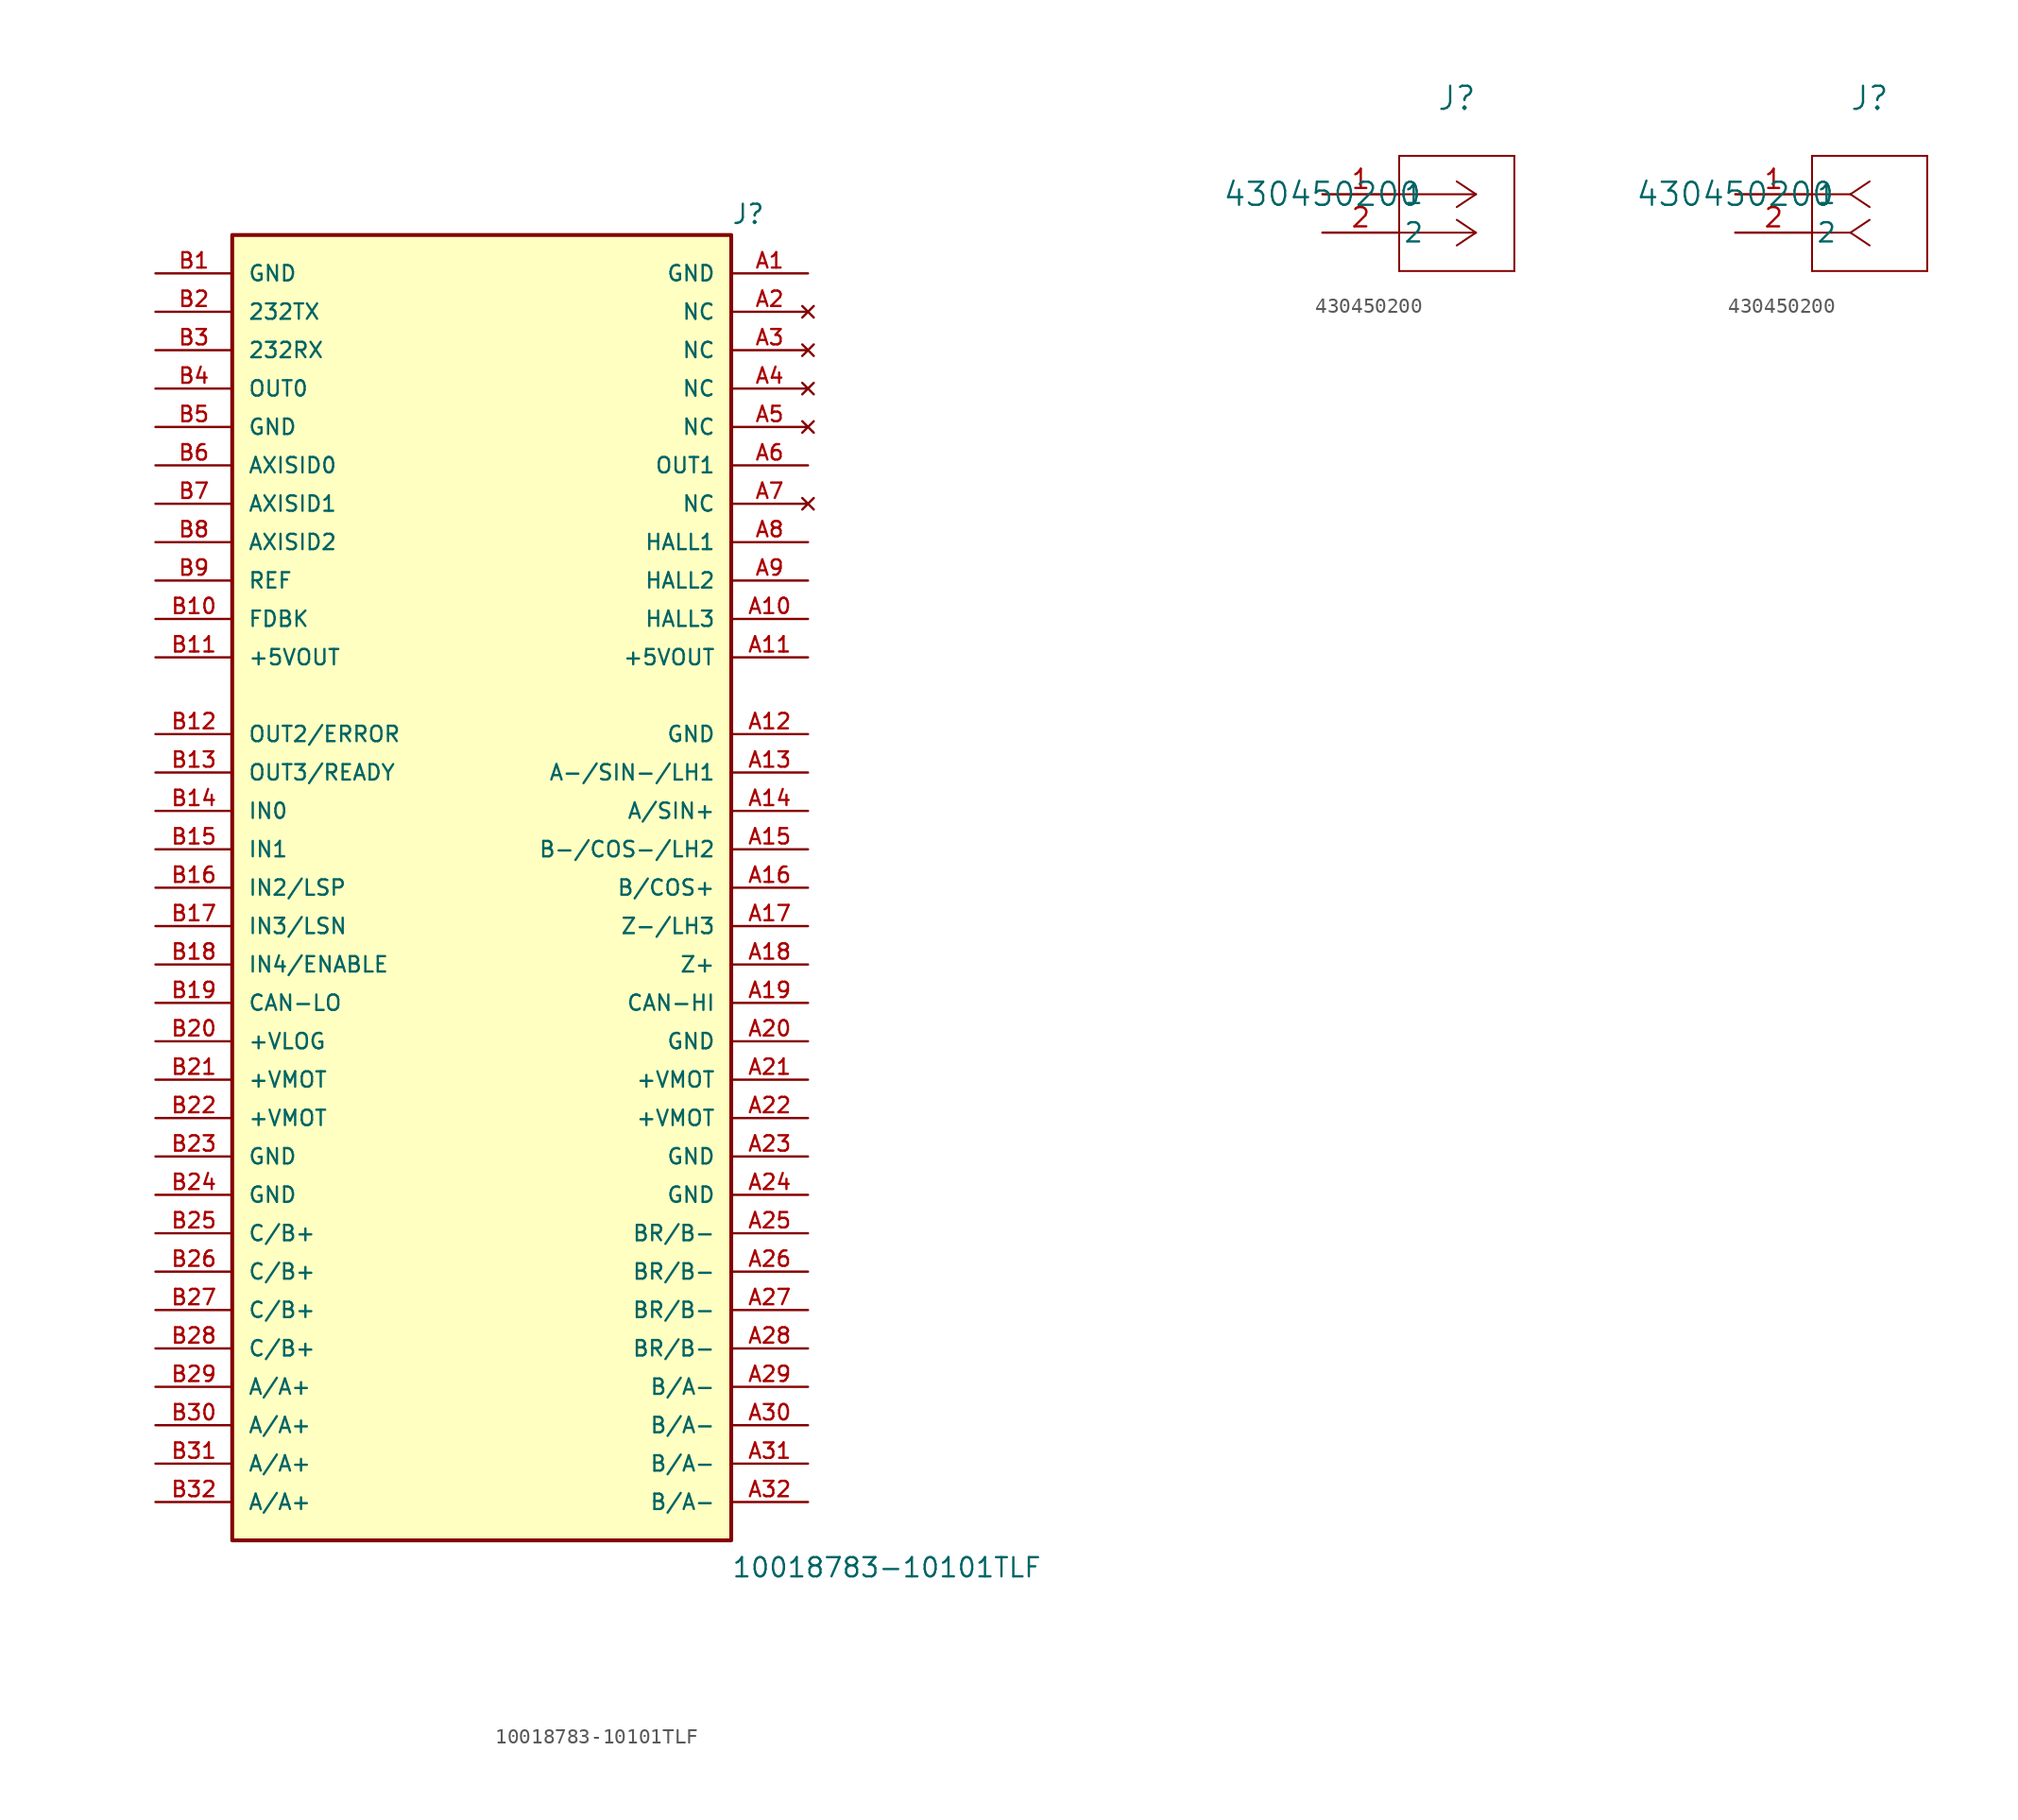
<source format=kicad_sym>
(kicad_symbol_lib
  (version 20231120)
  (generator "kicad_symbol_editor")
  (generator_version "8.0")
  (symbol "10018783-10101TLF"
    (pin_names
      (offset 1.016))
    (property "Reference" "J"
      (at 16.51 48.895 0)
      (effects (font (size 1.27 1.27)) (justify left bottom)))
    (property "Value" "10018783-10101TLF"
      (at 16.51 -40.64 0)
      (effects (font (size 1.27 1.27)) (justify left bottom)))
    (symbol "10018783-10101TLF_0_0"
      (rectangle (start -16.51 -38.1) (end 16.51 48.26) (stroke (width 0.254) (type default)) (fill (type background))))
    (symbol "10018783-10101TLF_1_0"
      (pin passive line (at 21.59 45.72 180) (length 5.08) (name "GND" (effects (font (size 1.016 1.016)))) (number "A1" (effects (font (size 1.016 1.016)))))
      (pin passive line (at 21.59 22.86 180) (length 5.08) (name "HALL3" (effects (font (size 1.016 1.016)))) (number "A10" (effects (font (size 1.016 1.016)))))
      (pin passive line (at 21.59 20.32 180) (length 5.08) (name "+5VOUT" (effects (font (size 1.016 1.016)))) (number "A11" (effects (font (size 1.016 1.016)))))
      (pin passive line (at 21.59 15.24 180) (length 5.08) (name "GND" (effects (font (size 1.016 1.016)))) (number "A12" (effects (font (size 1.016 1.016)))))
      (pin passive line (at 21.59 12.7 180) (length 5.08) (name "A-/SIN-/LH1" (effects (font (size 1.016 1.016)))) (number "A13" (effects (font (size 1.016 1.016)))))
      (pin passive line (at 21.59 10.16 180) (length 5.08) (name "A/SIN+" (effects (font (size 1.016 1.016)))) (number "A14" (effects (font (size 1.016 1.016)))))
      (pin passive line (at 21.59 7.62 180) (length 5.08) (name "B-/COS-/LH2" (effects (font (size 1.016 1.016)))) (number "A15" (effects (font (size 1.016 1.016)))))
      (pin passive line (at 21.59 5.08 180) (length 5.08) (name "B/COS+" (effects (font (size 1.016 1.016)))) (number "A16" (effects (font (size 1.016 1.016)))))
      (pin passive line (at 21.59 2.54 180) (length 5.08) (name "Z-/LH3" (effects (font (size 1.016 1.016)))) (number "A17" (effects (font (size 1.016 1.016)))))
      (pin passive line (at 21.59 0 180) (length 5.08) (name "Z+" (effects (font (size 1.016 1.016)))) (number "A18" (effects (font (size 1.016 1.016)))))
      (pin passive line (at 21.59 -2.54 180) (length 5.08) (name "CAN-HI" (effects (font (size 1.016 1.016)))) (number "A19" (effects (font (size 1.016 1.016)))))
      (pin no_connect line (at 21.59 43.18 180) (length 5.08) (name "NC" (effects (font (size 1.016 1.016)))) (number "A2" (effects (font (size 1.016 1.016)))))
      (pin passive line (at 21.59 -5.08 180) (length 5.08) (name "GND" (effects (font (size 1.016 1.016)))) (number "A20" (effects (font (size 1.016 1.016)))))
      (pin passive line (at 21.59 -7.62 180) (length 5.08) (name "+VMOT" (effects (font (size 1.016 1.016)))) (number "A21" (effects (font (size 1.016 1.016)))))
      (pin passive line (at 21.59 -10.16 180) (length 5.08) (name "+VMOT" (effects (font (size 1.016 1.016)))) (number "A22" (effects (font (size 1.016 1.016)))))
      (pin passive line (at 21.59 -12.7 180) (length 5.08) (name "GND" (effects (font (size 1.016 1.016)))) (number "A23" (effects (font (size 1.016 1.016)))))
      (pin passive line (at 21.59 -15.24 180) (length 5.08) (name "GND" (effects (font (size 1.016 1.016)))) (number "A24" (effects (font (size 1.016 1.016)))))
      (pin passive line (at 21.59 -17.78 180) (length 5.08) (name "BR/B-" (effects (font (size 1.016 1.016)))) (number "A25" (effects (font (size 1.016 1.016)))))
      (pin passive line (at 21.59 -20.32 180) (length 5.08) (name "BR/B-" (effects (font (size 1.016 1.016)))) (number "A26" (effects (font (size 1.016 1.016)))))
      (pin passive line (at 21.59 -22.86 180) (length 5.08) (name "BR/B-" (effects (font (size 1.016 1.016)))) (number "A27" (effects (font (size 1.016 1.016)))))
      (pin passive line (at 21.59 -25.4 180) (length 5.08) (name "BR/B-" (effects (font (size 1.016 1.016)))) (number "A28" (effects (font (size 1.016 1.016)))))
      (pin passive line (at 21.59 -27.94 180) (length 5.08) (name "B/A-" (effects (font (size 1.016 1.016)))) (number "A29" (effects (font (size 1.016 1.016)))))
      (pin no_connect line (at 21.59 40.64 180) (length 5.08) (name "NC" (effects (font (size 1.016 1.016)))) (number "A3" (effects (font (size 1.016 1.016)))))
      (pin passive line (at 21.59 -30.48 180) (length 5.08) (name "B/A-" (effects (font (size 1.016 1.016)))) (number "A30" (effects (font (size 1.016 1.016)))))
      (pin passive line (at 21.59 -33.02 180) (length 5.08) (name "B/A-" (effects (font (size 1.016 1.016)))) (number "A31" (effects (font (size 1.016 1.016)))))
      (pin passive line (at 21.59 -35.56 180) (length 5.08) (name "B/A-" (effects (font (size 1.016 1.016)))) (number "A32" (effects (font (size 1.016 1.016)))))
      (pin no_connect line (at 21.59 38.1 180) (length 5.08) (name "NC" (effects (font (size 1.016 1.016)))) (number "A4" (effects (font (size 1.016 1.016)))))
      (pin no_connect line (at 21.59 35.56 180) (length 5.08) (name "NC" (effects (font (size 1.016 1.016)))) (number "A5" (effects (font (size 1.016 1.016)))))
      (pin passive line (at 21.59 33.02 180) (length 5.08) (name "OUT1" (effects (font (size 1.016 1.016)))) (number "A6" (effects (font (size 1.016 1.016)))))
      (pin no_connect line (at 21.59 30.48 180) (length 5.08) (name "NC" (effects (font (size 1.016 1.016)))) (number "A7" (effects (font (size 1.016 1.016)))))
      (pin passive line (at 21.59 27.94 180) (length 5.08) (name "HALL1" (effects (font (size 1.016 1.016)))) (number "A8" (effects (font (size 1.016 1.016)))))
      (pin passive line (at 21.59 25.4 180) (length 5.08) (name "HALL2" (effects (font (size 1.016 1.016)))) (number "A9" (effects (font (size 1.016 1.016)))))
      (pin passive line (at -21.59 45.72 0) (length 5.08) (name "GND" (effects (font (size 1.016 1.016)))) (number "B1" (effects (font (size 1.016 1.016)))))
      (pin passive line (at -21.59 22.86 0) (length 5.08) (name "FDBK" (effects (font (size 1.016 1.016)))) (number "B10" (effects (font (size 1.016 1.016)))))
      (pin passive line (at -21.59 20.32 0) (length 5.08) (name "+5VOUT" (effects (font (size 1.016 1.016)))) (number "B11" (effects (font (size 1.016 1.016)))))
      (pin passive line (at -21.59 15.24 0) (length 5.08) (name "OUT2/ERROR" (effects (font (size 1.016 1.016)))) (number "B12" (effects (font (size 1.016 1.016)))))
      (pin passive line (at -21.59 12.7 0) (length 5.08) (name "OUT3/READY" (effects (font (size 1.016 1.016)))) (number "B13" (effects (font (size 1.016 1.016)))))
      (pin passive line (at -21.59 10.16 0) (length 5.08) (name "IN0" (effects (font (size 1.016 1.016)))) (number "B14" (effects (font (size 1.016 1.016)))))
      (pin passive line (at -21.59 7.62 0) (length 5.08) (name "IN1" (effects (font (size 1.016 1.016)))) (number "B15" (effects (font (size 1.016 1.016)))))
      (pin passive line (at -21.59 5.08 0) (length 5.08) (name "IN2/LSP" (effects (font (size 1.016 1.016)))) (number "B16" (effects (font (size 1.016 1.016)))))
      (pin passive line (at -21.59 2.54 0) (length 5.08) (name "IN3/LSN" (effects (font (size 1.016 1.016)))) (number "B17" (effects (font (size 1.016 1.016)))))
      (pin passive line (at -21.59 0 0) (length 5.08) (name "IN4/ENABLE" (effects (font (size 1.016 1.016)))) (number "B18" (effects (font (size 1.016 1.016)))))
      (pin passive line (at -21.59 -2.54 0) (length 5.08) (name "CAN-LO" (effects (font (size 1.016 1.016)))) (number "B19" (effects (font (size 1.016 1.016)))))
      (pin passive line (at -21.59 43.18 0) (length 5.08) (name "232TX" (effects (font (size 1.016 1.016)))) (number "B2" (effects (font (size 1.016 1.016)))))
      (pin passive line (at -21.59 -5.08 0) (length 5.08) (name "+VLOG" (effects (font (size 1.016 1.016)))) (number "B20" (effects (font (size 1.016 1.016)))))
      (pin passive line (at -21.59 -7.62 0) (length 5.08) (name "+VMOT" (effects (font (size 1.016 1.016)))) (number "B21" (effects (font (size 1.016 1.016)))))
      (pin passive line (at -21.59 -10.16 0) (length 5.08) (name "+VMOT" (effects (font (size 1.016 1.016)))) (number "B22" (effects (font (size 1.016 1.016)))))
      (pin passive line (at -21.59 -12.7 0) (length 5.08) (name "GND" (effects (font (size 1.016 1.016)))) (number "B23" (effects (font (size 1.016 1.016)))))
      (pin passive line (at -21.59 -15.24 0) (length 5.08) (name "GND" (effects (font (size 1.016 1.016)))) (number "B24" (effects (font (size 1.016 1.016)))))
      (pin passive line (at -21.59 -17.78 0) (length 5.08) (name "C/B+" (effects (font (size 1.016 1.016)))) (number "B25" (effects (font (size 1.016 1.016)))))
      (pin passive line (at -21.59 -20.32 0) (length 5.08) (name "C/B+" (effects (font (size 1.016 1.016)))) (number "B26" (effects (font (size 1.016 1.016)))))
      (pin passive line (at -21.59 -22.86 0) (length 5.08) (name "C/B+" (effects (font (size 1.016 1.016)))) (number "B27" (effects (font (size 1.016 1.016)))))
      (pin passive line (at -21.59 -25.4 0) (length 5.08) (name "C/B+" (effects (font (size 1.016 1.016)))) (number "B28" (effects (font (size 1.016 1.016)))))
      (pin passive line (at -21.59 -27.94 0) (length 5.08) (name "A/A+" (effects (font (size 1.016 1.016)))) (number "B29" (effects (font (size 1.016 1.016)))))
      (pin passive line (at -21.59 40.64 0) (length 5.08) (name "232RX" (effects (font (size 1.016 1.016)))) (number "B3" (effects (font (size 1.016 1.016)))))
      (pin passive line (at -21.59 -30.48 0) (length 5.08) (name "A/A+" (effects (font (size 1.016 1.016)))) (number "B30" (effects (font (size 1.016 1.016)))))
      (pin passive line (at -21.59 -33.02 0) (length 5.08) (name "A/A+" (effects (font (size 1.016 1.016)))) (number "B31" (effects (font (size 1.016 1.016)))))
      (pin passive line (at -21.59 -35.56 0) (length 5.08) (name "A/A+" (effects (font (size 1.016 1.016)))) (number "B32" (effects (font (size 1.016 1.016)))))
      (pin passive line (at -21.59 38.1 0) (length 5.08) (name "OUT0" (effects (font (size 1.016 1.016)))) (number "B4" (effects (font (size 1.016 1.016)))))
      (pin passive line (at -21.59 35.56 0) (length 5.08) (name "GND" (effects (font (size 1.016 1.016)))) (number "B5" (effects (font (size 1.016 1.016)))))
      (pin passive line (at -21.59 33.02 0) (length 5.08) (name "AXISID0" (effects (font (size 1.016 1.016)))) (number "B6" (effects (font (size 1.016 1.016)))))
      (pin passive line (at -21.59 30.48 0) (length 5.08) (name "AXISID1" (effects (font (size 1.016 1.016)))) (number "B7" (effects (font (size 1.016 1.016)))))
      (pin passive line (at -21.59 27.94 0) (length 5.08) (name "AXISID2" (effects (font (size 1.016 1.016)))) (number "B8" (effects (font (size 1.016 1.016)))))
      (pin passive line (at -21.59 25.4 0) (length 5.08) (name "REF" (effects (font (size 1.016 1.016)))) (number "B9" (effects (font (size 1.016 1.016)))))))
  (symbol "430450200"
    (pin_names
      (offset 0.254))
    (property "Reference" "J"
      (at 8.89 6.35 0)
      (effects (font (size 1.524 1.524))))
    (property "Value" "430450200"
      (at 0 0 0)
      (effects (font (size 1.524 1.524))))
    (property "ki_locked" ""
      (at 0 0 0)
      (effects (font (size 1.27 1.27))))
    (symbol "430450200_1_1"
      (polyline (pts (xy 5.08 -5.08) (xy 12.7 -5.08)) (stroke (width 0.127) (type default)) (fill (type none)))
      (polyline (pts (xy 5.08 2.54) (xy 5.08 -5.08)) (stroke (width 0.127) (type default)) (fill (type none)))
      (polyline (pts (xy 10.16 -2.54) (xy 5.08 -2.54)) (stroke (width 0.127) (type default)) (fill (type none)))
      (polyline (pts (xy 10.16 -2.54) (xy 8.89 -3.387)) (stroke (width 0.127) (type default)) (fill (type none)))
      (polyline (pts (xy 10.16 -2.54) (xy 8.89 -1.693)) (stroke (width 0.127) (type default)) (fill (type none)))
      (polyline (pts (xy 10.16 0) (xy 5.08 0)) (stroke (width 0.127) (type default)) (fill (type none)))
      (polyline (pts (xy 10.16 0) (xy 8.89 -0.847)) (stroke (width 0.127) (type default)) (fill (type none)))
      (polyline (pts (xy 10.16 0) (xy 8.89 0.847)) (stroke (width 0.127) (type default)) (fill (type none)))
      (polyline (pts (xy 12.7 -5.08) (xy 12.7 2.54)) (stroke (width 0.127) (type default)) (fill (type none)))
      (polyline (pts (xy 12.7 2.54) (xy 5.08 2.54)) (stroke (width 0.127) (type default)) (fill (type none)))
      (pin unspecified line (at 0 0 0) (length 5.08) (name "1" (effects (font (size 1.27 1.27)))) (number "1" (effects (font (size 1.27 1.27)))))
      (pin unspecified line (at 0 -2.54 0) (length 5.08) (name "2" (effects (font (size 1.27 1.27)))) (number "2" (effects (font (size 1.27 1.27))))))
    (symbol "430450200_1_2"
      (polyline (pts (xy 5.08 -5.08) (xy 12.7 -5.08)) (stroke (width 0.127) (type default)) (fill (type none)))
      (polyline (pts (xy 5.08 2.54) (xy 5.08 -5.08)) (stroke (width 0.127) (type default)) (fill (type none)))
      (polyline (pts (xy 7.62 -2.54) (xy 5.08 -2.54)) (stroke (width 0.127) (type default)) (fill (type none)))
      (polyline (pts (xy 7.62 -2.54) (xy 8.89 -3.387)) (stroke (width 0.127) (type default)) (fill (type none)))
      (polyline (pts (xy 7.62 -2.54) (xy 8.89 -1.693)) (stroke (width 0.127) (type default)) (fill (type none)))
      (polyline (pts (xy 7.62 0) (xy 5.08 0)) (stroke (width 0.127) (type default)) (fill (type none)))
      (polyline (pts (xy 7.62 0) (xy 8.89 -0.847)) (stroke (width 0.127) (type default)) (fill (type none)))
      (polyline (pts (xy 7.62 0) (xy 8.89 0.847)) (stroke (width 0.127) (type default)) (fill (type none)))
      (polyline (pts (xy 12.7 -5.08) (xy 12.7 2.54)) (stroke (width 0.127) (type default)) (fill (type none)))
      (polyline (pts (xy 12.7 2.54) (xy 5.08 2.54)) (stroke (width 0.127) (type default)) (fill (type none)))
      (pin unspecified line (at 0 0 0) (length 5.08) (name "1" (effects (font (size 1.27 1.27)))) (number "1" (effects (font (size 1.27 1.27)))))
      (pin unspecified line (at 0 -2.54 0) (length 5.08) (name "2" (effects (font (size 1.27 1.27)))) (number "2" (effects (font (size 1.27 1.27))))))))
</source>
